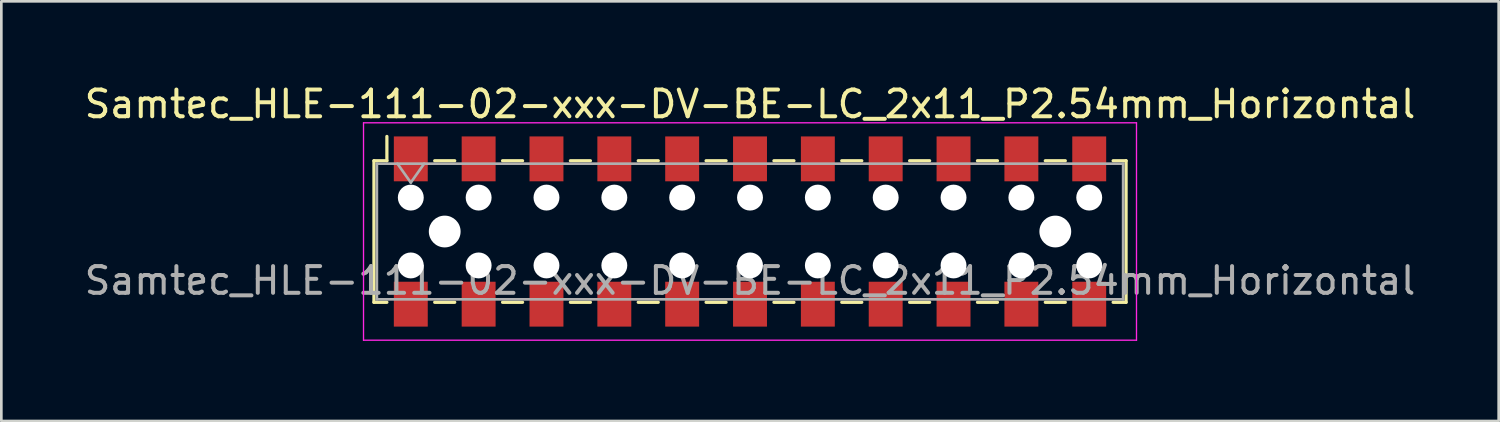
<source format=kicad_pcb>
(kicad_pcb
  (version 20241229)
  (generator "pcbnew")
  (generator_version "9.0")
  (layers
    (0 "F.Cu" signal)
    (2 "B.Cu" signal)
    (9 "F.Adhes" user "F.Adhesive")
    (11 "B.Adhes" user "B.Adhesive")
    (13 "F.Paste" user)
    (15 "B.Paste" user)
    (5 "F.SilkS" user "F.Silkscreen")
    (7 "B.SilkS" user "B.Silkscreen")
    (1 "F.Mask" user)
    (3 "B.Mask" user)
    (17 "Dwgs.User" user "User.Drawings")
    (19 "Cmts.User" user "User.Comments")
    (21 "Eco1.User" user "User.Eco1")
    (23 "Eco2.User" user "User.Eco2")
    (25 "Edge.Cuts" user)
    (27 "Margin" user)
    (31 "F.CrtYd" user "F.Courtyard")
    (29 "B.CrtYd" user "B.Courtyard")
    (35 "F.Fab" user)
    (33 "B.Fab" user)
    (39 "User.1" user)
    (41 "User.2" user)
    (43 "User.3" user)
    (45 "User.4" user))
  (footprint "Samtec_HLE-111-02-xxx-DV-BE-LC_2x11_P2.54mm_Horizontal"
    (layer "F.Cu")
    (at 25.03 5.618)
    (property "Reference" "Samtec_HLE-111-02-xxx-DV-BE-LC_2x11_P2.54mm_Horizontal" (at 0 -4.77 0) (layer "F.SilkS") (effects (font (size 1 1) (thickness 0.15))))
    (attr smd)
    (fp_line (start -14.08 -2.65) (end -14.08 2.65) (stroke (width 0.12) (type solid)) (layer "F.SilkS"))
    (fp_line (start -14.08 2.65) (end -13.595 2.65) (stroke (width 0.12) (type solid)) (layer "F.SilkS"))
    (fp_line (start -13.595 -3.56) (end -13.595 -2.65) (stroke (width 0.12) (type solid)) (layer "F.SilkS"))
    (fp_line (start -13.595 -2.65) (end -14.08 -2.65) (stroke (width 0.12) (type solid)) (layer "F.SilkS"))
    (fp_line (start -11.805 -2.65) (end -11.055 -2.65) (stroke (width 0.12) (type solid)) (layer "F.SilkS"))
    (fp_line (start -11.805 2.65) (end -11.055 2.65) (stroke (width 0.12) (type solid)) (layer "F.SilkS"))
    (fp_line (start -9.265 -2.65) (end -8.515 -2.65) (stroke (width 0.12) (type solid)) (layer "F.SilkS"))
    (fp_line (start -9.265 2.65) (end -8.515 2.65) (stroke (width 0.12) (type solid)) (layer "F.SilkS"))
    (fp_line (start -6.725 -2.65) (end -5.975 -2.65) (stroke (width 0.12) (type solid)) (layer "F.SilkS"))
    (fp_line (start -6.725 2.65) (end -5.975 2.65) (stroke (width 0.12) (type solid)) (layer "F.SilkS"))
    (fp_line (start -4.185 -2.65) (end -3.435 -2.65) (stroke (width 0.12) (type solid)) (layer "F.SilkS"))
    (fp_line (start -4.185 2.65) (end -3.435 2.65) (stroke (width 0.12) (type solid)) (layer "F.SilkS"))
    (fp_line (start -1.645 -2.65) (end -0.895 -2.65) (stroke (width 0.12) (type solid)) (layer "F.SilkS"))
    (fp_line (start -1.645 2.65) (end -0.895 2.65) (stroke (width 0.12) (type solid)) (layer "F.SilkS"))
    (fp_line (start 0.895 -2.65) (end 1.645 -2.65) (stroke (width 0.12) (type solid)) (layer "F.SilkS"))
    (fp_line (start 0.895 2.65) (end 1.645 2.65) (stroke (width 0.12) (type solid)) (layer "F.SilkS"))
    (fp_line (start 3.435 -2.65) (end 4.185 -2.65) (stroke (width 0.12) (type solid)) (layer "F.SilkS"))
    (fp_line (start 3.435 2.65) (end 4.185 2.65) (stroke (width 0.12) (type solid)) (layer "F.SilkS"))
    (fp_line (start 5.975 -2.65) (end 6.725 -2.65) (stroke (width 0.12) (type solid)) (layer "F.SilkS"))
    (fp_line (start 5.975 2.65) (end 6.725 2.65) (stroke (width 0.12) (type solid)) (layer "F.SilkS"))
    (fp_line (start 8.515 -2.65) (end 9.265 -2.65) (stroke (width 0.12) (type solid)) (layer "F.SilkS"))
    (fp_line (start 8.515 2.65) (end 9.265 2.65) (stroke (width 0.12) (type solid)) (layer "F.SilkS"))
    (fp_line (start 11.055 -2.65) (end 11.805 -2.65) (stroke (width 0.12) (type solid)) (layer "F.SilkS"))
    (fp_line (start 11.055 2.65) (end 11.805 2.65) (stroke (width 0.12) (type solid)) (layer "F.SilkS"))
    (fp_line (start 13.595 -2.65) (end 14.08 -2.65) (stroke (width 0.12) (type solid)) (layer "F.SilkS"))
    (fp_line (start 14.08 -2.65) (end 14.08 2.65) (stroke (width 0.12) (type solid)) (layer "F.SilkS"))
    (fp_line (start 14.08 2.65) (end 13.595 2.65) (stroke (width 0.12) (type solid)) (layer "F.SilkS"))
    (fp_line (start -14.47 -4.07) (end 14.47 -4.07) (stroke (width 0.05) (type solid)) (layer "F.CrtYd"))
    (fp_line (start -14.47 4.07) (end -14.47 -4.07) (stroke (width 0.05) (type solid)) (layer "F.CrtYd"))
    (fp_line (start 14.47 -4.07) (end 14.47 4.07) (stroke (width 0.05) (type solid)) (layer "F.CrtYd"))
    (fp_line (start 14.47 4.07) (end -14.47 4.07) (stroke (width 0.05) (type solid)) (layer "F.CrtYd"))
    (fp_line (start -13.97 -2.54) (end 13.97 -2.54) (stroke (width 0.1) (type solid)) (layer "F.Fab"))
    (fp_line (start -13.97 2.54) (end -13.97 -2.54) (stroke (width 0.1) (type solid)) (layer "F.Fab"))
    (fp_line (start -13.2 -2.54) (end -12.7 -1.833) (stroke (width 0.1) (type solid)) (layer "F.Fab"))
    (fp_line (start -12.7 -1.833) (end -12.2 -2.54) (stroke (width 0.1) (type solid)) (layer "F.Fab"))
    (fp_line (start 13.97 -2.54) (end 13.97 2.54) (stroke (width 0.1) (type solid)) (layer "F.Fab"))
    (fp_line (start 13.97 2.54) (end -13.97 2.54) (stroke (width 0.1) (type solid)) (layer "F.Fab"))
    (fp_text user "${REFERENCE}" (at 0 1.84 0) (layer "F.Fab") (effects (font (size 1 1) (thickness 0.15))))
    (pad "" np_thru_hole circle (at -12.7 -1.27) (size 0.97 0.97) (drill 0.97) (layers "*.Cu" "*.Mask"))
    (pad "" np_thru_hole circle (at -12.7 1.27) (size 0.97 0.97) (drill 0.97) (layers "*.Cu" "*.Mask"))
    (pad "" np_thru_hole circle (at -11.43 0) (size 1.19 1.19) (drill 1.19) (layers "*.Cu" "*.Mask"))
    (pad "" np_thru_hole circle (at -10.16 -1.27) (size 0.97 0.97) (drill 0.97) (layers "*.Cu" "*.Mask"))
    (pad "" np_thru_hole circle (at -10.16 1.27) (size 0.97 0.97) (drill 0.97) (layers "*.Cu" "*.Mask"))
    (pad "" np_thru_hole circle (at -7.62 -1.27) (size 0.97 0.97) (drill 0.97) (layers "*.Cu" "*.Mask"))
    (pad "" np_thru_hole circle (at -7.62 1.27) (size 0.97 0.97) (drill 0.97) (layers "*.Cu" "*.Mask"))
    (pad "" np_thru_hole circle (at -5.08 -1.27) (size 0.97 0.97) (drill 0.97) (layers "*.Cu" "*.Mask"))
    (pad "" np_thru_hole circle (at -5.08 1.27) (size 0.97 0.97) (drill 0.97) (layers "*.Cu" "*.Mask"))
    (pad "" np_thru_hole circle (at -2.54 -1.27) (size 0.97 0.97) (drill 0.97) (layers "*.Cu" "*.Mask"))
    (pad "" np_thru_hole circle (at -2.54 1.27) (size 0.97 0.97) (drill 0.97) (layers "*.Cu" "*.Mask"))
    (pad "" np_thru_hole circle (at 0 -1.27) (size 0.97 0.97) (drill 0.97) (layers "*.Cu" "*.Mask"))
    (pad "" np_thru_hole circle (at 0 1.27) (size 0.97 0.97) (drill 0.97) (layers "*.Cu" "*.Mask"))
    (pad "" np_thru_hole circle (at 2.54 -1.27) (size 0.97 0.97) (drill 0.97) (layers "*.Cu" "*.Mask"))
    (pad "" np_thru_hole circle (at 2.54 1.27) (size 0.97 0.97) (drill 0.97) (layers "*.Cu" "*.Mask"))
    (pad "" np_thru_hole circle (at 5.08 -1.27) (size 0.97 0.97) (drill 0.97) (layers "*.Cu" "*.Mask"))
    (pad "" np_thru_hole circle (at 5.08 1.27) (size 0.97 0.97) (drill 0.97) (layers "*.Cu" "*.Mask"))
    (pad "" np_thru_hole circle (at 7.62 -1.27) (size 0.97 0.97) (drill 0.97) (layers "*.Cu" "*.Mask"))
    (pad "" np_thru_hole circle (at 7.62 1.27) (size 0.97 0.97) (drill 0.97) (layers "*.Cu" "*.Mask"))
    (pad "" np_thru_hole circle (at 10.16 -1.27) (size 0.97 0.97) (drill 0.97) (layers "*.Cu" "*.Mask"))
    (pad "" np_thru_hole circle (at 10.16 1.27) (size 0.97 0.97) (drill 0.97) (layers "*.Cu" "*.Mask"))
    (pad "" np_thru_hole circle (at 11.43 0) (size 1.19 1.19) (drill 1.19) (layers "*.Cu" "*.Mask"))
    (pad "" np_thru_hole circle (at 12.7 -1.27) (size 0.97 0.97) (drill 0.97) (layers "*.Cu" "*.Mask"))
    (pad "" np_thru_hole circle (at 12.7 1.27) (size 0.97 0.97) (drill 0.97) (layers "*.Cu" "*.Mask"))
    (pad "1" smd rect (at -12.7 -2.72) (size 1.27 1.68) (layers "F.Cu" "F.Mask" "F.Paste"))
    (pad "2" smd rect (at -12.7 2.72) (size 1.27 1.68) (layers "F.Cu" "F.Mask" "F.Paste"))
    (pad "3" smd rect (at -10.16 -2.72) (size 1.27 1.68) (layers "F.Cu" "F.Mask" "F.Paste"))
    (pad "4" smd rect (at -10.16 2.72) (size 1.27 1.68) (layers "F.Cu" "F.Mask" "F.Paste"))
    (pad "5" smd rect (at -7.62 -2.72) (size 1.27 1.68) (layers "F.Cu" "F.Mask" "F.Paste"))
    (pad "6" smd rect (at -7.62 2.72) (size 1.27 1.68) (layers "F.Cu" "F.Mask" "F.Paste"))
    (pad "7" smd rect (at -5.08 -2.72) (size 1.27 1.68) (layers "F.Cu" "F.Mask" "F.Paste"))
    (pad "8" smd rect (at -5.08 2.72) (size 1.27 1.68) (layers "F.Cu" "F.Mask" "F.Paste"))
    (pad "9" smd rect (at -2.54 -2.72) (size 1.27 1.68) (layers "F.Cu" "F.Mask" "F.Paste"))
    (pad "10" smd rect (at -2.54 2.72) (size 1.27 1.68) (layers "F.Cu" "F.Mask" "F.Paste"))
    (pad "11" smd rect (at 0 -2.72) (size 1.27 1.68) (layers "F.Cu" "F.Mask" "F.Paste"))
    (pad "12" smd rect (at 0 2.72) (size 1.27 1.68) (layers "F.Cu" "F.Mask" "F.Paste"))
    (pad "13" smd rect (at 2.54 -2.72) (size 1.27 1.68) (layers "F.Cu" "F.Mask" "F.Paste"))
    (pad "14" smd rect (at 2.54 2.72) (size 1.27 1.68) (layers "F.Cu" "F.Mask" "F.Paste"))
    (pad "15" smd rect (at 5.08 -2.72) (size 1.27 1.68) (layers "F.Cu" "F.Mask" "F.Paste"))
    (pad "16" smd rect (at 5.08 2.72) (size 1.27 1.68) (layers "F.Cu" "F.Mask" "F.Paste"))
    (pad "17" smd rect (at 7.62 -2.72) (size 1.27 1.68) (layers "F.Cu" "F.Mask" "F.Paste"))
    (pad "18" smd rect (at 7.62 2.72) (size 1.27 1.68) (layers "F.Cu" "F.Mask" "F.Paste"))
    (pad "19" smd rect (at 10.16 -2.72) (size 1.27 1.68) (layers "F.Cu" "F.Mask" "F.Paste"))
    (pad "20" smd rect (at 10.16 2.72) (size 1.27 1.68) (layers "F.Cu" "F.Mask" "F.Paste"))
    (pad "21" smd rect (at 12.7 -2.72) (size 1.27 1.68) (layers "F.Cu" "F.Mask" "F.Paste"))
    (pad "22" smd rect (at 12.7 2.72) (size 1.27 1.68) (layers "F.Cu" "F.Mask" "F.Paste")))
  (gr_rect
    (start -3 -3)
    (end 53.06 12.713)
    (stroke (width 0.1) (type default))
    (fill no)
    (layer "Edge.Cuts")))
</source>
